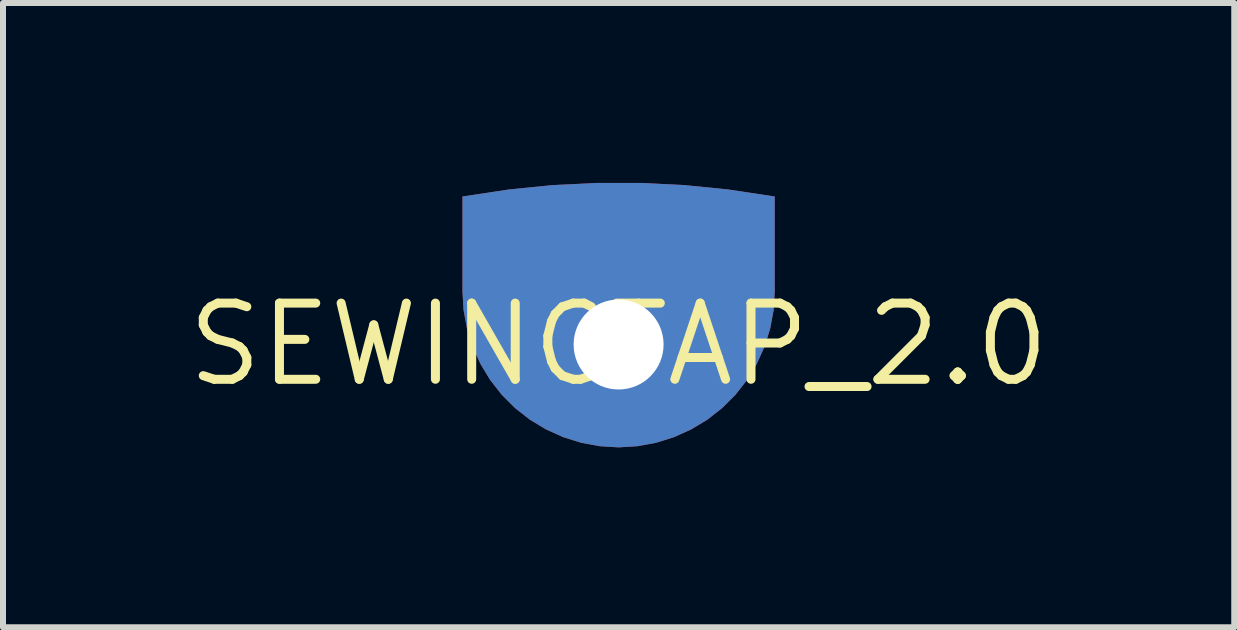
<source format=kicad_pcb>
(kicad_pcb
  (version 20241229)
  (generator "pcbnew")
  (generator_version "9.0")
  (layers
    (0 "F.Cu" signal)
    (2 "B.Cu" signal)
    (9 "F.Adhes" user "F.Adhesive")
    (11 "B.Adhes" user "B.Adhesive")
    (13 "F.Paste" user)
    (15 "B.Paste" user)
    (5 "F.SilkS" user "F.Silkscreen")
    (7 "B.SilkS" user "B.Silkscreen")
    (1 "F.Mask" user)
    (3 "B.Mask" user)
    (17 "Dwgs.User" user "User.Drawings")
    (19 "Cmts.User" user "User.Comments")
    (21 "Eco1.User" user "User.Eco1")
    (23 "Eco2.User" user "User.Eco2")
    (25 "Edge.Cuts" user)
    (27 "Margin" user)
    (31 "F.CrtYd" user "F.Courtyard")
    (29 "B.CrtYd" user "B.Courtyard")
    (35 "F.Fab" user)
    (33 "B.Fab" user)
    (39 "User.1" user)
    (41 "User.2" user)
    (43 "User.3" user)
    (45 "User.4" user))
  (footprint "SEWINGTAP_2.0"
    (layer "F.Cu")
    (at 7.264 2.694)
    (property "Reference" "SEWINGTAP_2.0" (at 0 0 0) (layer "F.SilkS") (effects (font (size 1.27 1.27) (thickness 0.15))))
    (fp_poly (pts (xy 1.098 -2.658) (xy 1.827 -2.585) (xy 2.603 -2.468) (xy 2.603 -0.887) (xy 2.585 -0.575) (xy 2.528 -0.266) (xy 2.434 0.034) (xy 2.305 0.321) (xy 2.143 0.59) (xy 1.949 0.838) (xy 1.727 1.06) (xy 1.479 1.254) (xy 1.21 1.416) (xy 0.923 1.545) (xy 0.623 1.639) (xy 0.314 1.696) (xy 0 1.715) (xy -0.314 1.696) (xy -0.623 1.639) (xy -0.923 1.545) (xy -1.21 1.416) (xy -1.479 1.254) (xy -1.727 1.06) (xy -1.949 0.838) (xy -2.143 0.59) (xy -2.305 0.321) (xy -2.434 0.034) (xy -2.528 -0.266) (xy -2.585 -0.575) (xy -2.603 -0.887) (xy -2.603 -2.468) (xy -1.827 -2.585) (xy -1.098 -2.658) (xy -0.366 -2.694) (xy 0.366 -2.694)) (stroke (width 0) (type solid)) (fill yes) (layer "F.Cu"))
    (fp_poly (pts (xy 1.098 -2.658) (xy 1.827 -2.585) (xy 2.603 -2.468) (xy 2.603 -0.887) (xy 2.585 -0.575) (xy 2.528 -0.266) (xy 2.434 0.034) (xy 2.305 0.321) (xy 2.143 0.59) (xy 1.949 0.838) (xy 1.727 1.06) (xy 1.479 1.254) (xy 1.21 1.416) (xy 0.923 1.545) (xy 0.623 1.639) (xy 0.314 1.696) (xy 0 1.715) (xy -0.314 1.696) (xy -0.623 1.639) (xy -0.923 1.545) (xy -1.21 1.416) (xy -1.479 1.254) (xy -1.727 1.06) (xy -1.949 0.838) (xy -2.143 0.59) (xy -2.305 0.321) (xy -2.434 0.034) (xy -2.528 -0.266) (xy -2.585 -0.575) (xy -2.603 -0.887) (xy -2.603 -2.468) (xy -1.827 -2.585) (xy -1.098 -2.658) (xy -0.366 -2.694) (xy 0.366 -2.694)) (stroke (width 0) (type solid)) (fill yes) (layer "F.Mask"))
    (fp_poly (pts (xy 1.098 -2.658) (xy 1.827 -2.585) (xy 2.603 -2.468) (xy 2.603 -0.887) (xy 2.585 -0.575) (xy 2.528 -0.266) (xy 2.434 0.034) (xy 2.305 0.321) (xy 2.143 0.59) (xy 1.949 0.838) (xy 1.727 1.06) (xy 1.479 1.254) (xy 1.21 1.416) (xy 0.923 1.545) (xy 0.623 1.639) (xy 0.314 1.696) (xy 0 1.715) (xy -0.314 1.696) (xy -0.623 1.639) (xy -0.923 1.545) (xy -1.21 1.416) (xy -1.479 1.254) (xy -1.727 1.06) (xy -1.949 0.838) (xy -2.143 0.59) (xy -2.305 0.321) (xy -2.434 0.034) (xy -2.528 -0.266) (xy -2.585 -0.575) (xy -2.603 -0.887) (xy -2.603 -2.468) (xy -1.827 -2.585) (xy -1.098 -2.658) (xy -0.366 -2.694) (xy 0.366 -2.694)) (stroke (width 0) (type solid)) (fill yes) (layer "B.Cu"))
    (fp_poly (pts (xy 1.098 -2.658) (xy 1.827 -2.585) (xy 2.603 -2.468) (xy 2.603 -0.887) (xy 2.585 -0.575) (xy 2.528 -0.266) (xy 2.434 0.034) (xy 2.305 0.321) (xy 2.143 0.59) (xy 1.949 0.838) (xy 1.727 1.06) (xy 1.479 1.254) (xy 1.21 1.416) (xy 0.923 1.545) (xy 0.623 1.639) (xy 0.314 1.696) (xy 0 1.715) (xy -0.314 1.696) (xy -0.623 1.639) (xy -0.923 1.545) (xy -1.21 1.416) (xy -1.479 1.254) (xy -1.727 1.06) (xy -1.949 0.838) (xy -2.143 0.59) (xy -2.305 0.321) (xy -2.434 0.034) (xy -2.528 -0.266) (xy -2.585 -0.575) (xy -2.603 -0.887) (xy -2.603 -2.468) (xy -1.827 -2.585) (xy -1.098 -2.658) (xy -0.366 -2.694) (xy 0.366 -2.694)) (stroke (width 0) (type solid)) (fill yes) (layer "B.Mask"))
    (pad "P$1" thru_hole circle (at 0 0) (size 2.54 2.54) (drill 1.5) (layers "*.Cu" "*.Mask")))
  (gr_rect
    (start -3 -3)
    (end 17.529 7.409)
    (stroke (width 0.1) (type default))
    (fill no)
    (layer "Edge.Cuts")))
</source>
